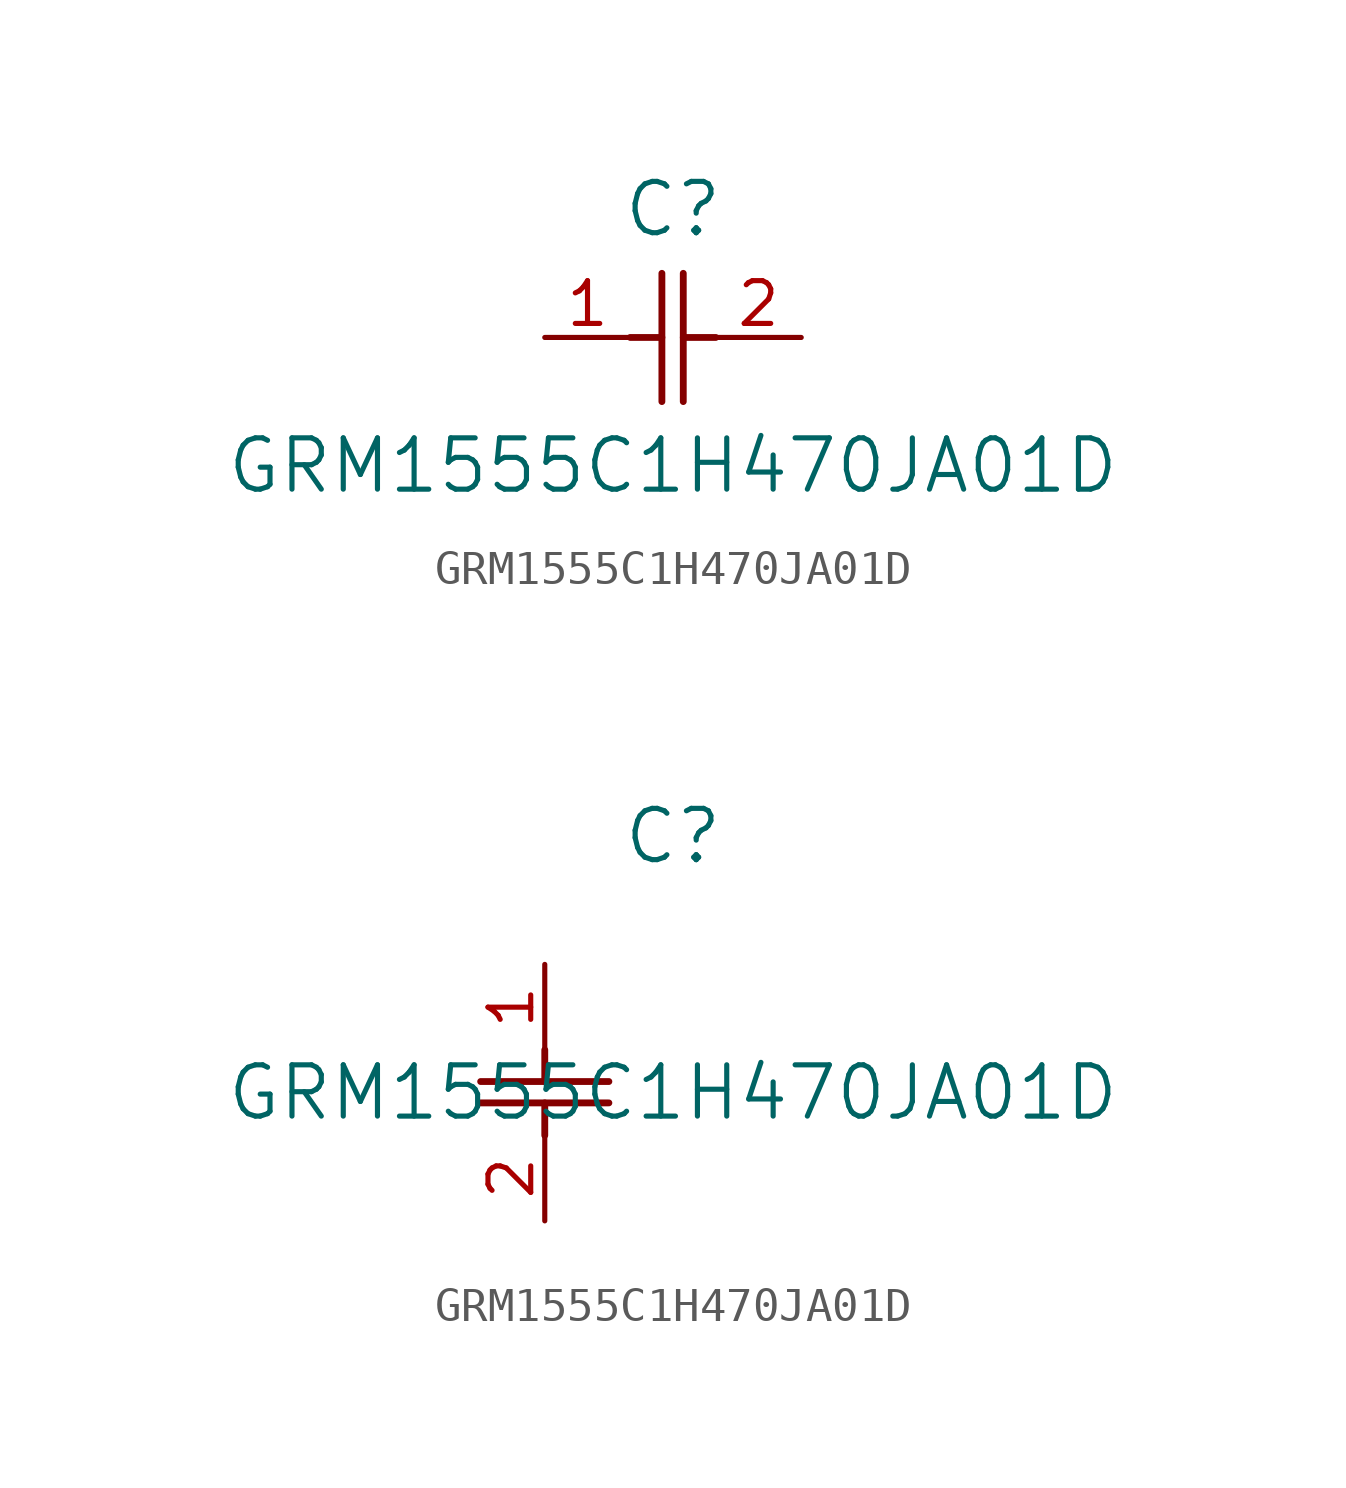
<source format=kicad_sym>
(kicad_symbol_lib
  (version 20211014)
  (generator kicad_symbol_editor)
  (symbol "GRM1555C1H470JA01D"
    (pin_names
      (offset 0.254))
    (property "Reference" "C"
      (at 3.81 3.81 0)
      (effects (font (size 1.524 1.524))))
    (property "Value" "GRM1555C1H470JA01D"
      (at 3.81 -3.81 0)
      (effects (font (size 1.524 1.524))))
    (symbol "GRM1555C1H470JA01D_1_1"
      (polyline (pts (xy 3.48 -1.905) (xy 3.48 1.905)) (stroke (width 0.203) (type default) (color 0 0 0 0)) (fill (type none)))
      (polyline (pts (xy 4.115 -1.905) (xy 4.115 1.905)) (stroke (width 0.203) (type default) (color 0 0 0 0)) (fill (type none)))
      (polyline (pts (xy 4.115 0) (xy 5.08 0)) (stroke (width 0.203) (type default) (color 0 0 0 0)) (fill (type none)))
      (polyline (pts (xy 2.54 0) (xy 3.48 0)) (stroke (width 0.203) (type default) (color 0 0 0 0)) (fill (type none)))
      (pin unspecified line (at 0 0 0) (length 2.54) (name "" (effects (font (size 1.27 1.27)))) (number "1" (effects (font (size 1.27 1.27)))))
      (pin unspecified line (at 7.62 0 180) (length 2.54) (name "" (effects (font (size 1.27 1.27)))) (number "2" (effects (font (size 1.27 1.27))))))
    (symbol "GRM1555C1H470JA01D_1_2"
      (polyline (pts (xy -1.905 -3.48) (xy 1.905 -3.48)) (stroke (width 0.203) (type default) (color 0 0 0 0)) (fill (type none)))
      (polyline (pts (xy -1.905 -4.115) (xy 1.905 -4.115)) (stroke (width 0.203) (type default) (color 0 0 0 0)) (fill (type none)))
      (polyline (pts (xy 0 -4.115) (xy 0 -5.08)) (stroke (width 0.203) (type default) (color 0 0 0 0)) (fill (type none)))
      (polyline (pts (xy 0 -2.54) (xy 0 -3.48)) (stroke (width 0.203) (type default) (color 0 0 0 0)) (fill (type none)))
      (pin unspecified line (at 0 0 270) (length 2.54) (name "" (effects (font (size 1.27 1.27)))) (number "1" (effects (font (size 1.27 1.27)))))
      (pin unspecified line (at 0 -7.62 90) (length 2.54) (name "" (effects (font (size 1.27 1.27)))) (number "2" (effects (font (size 1.27 1.27))))))))
</source>
